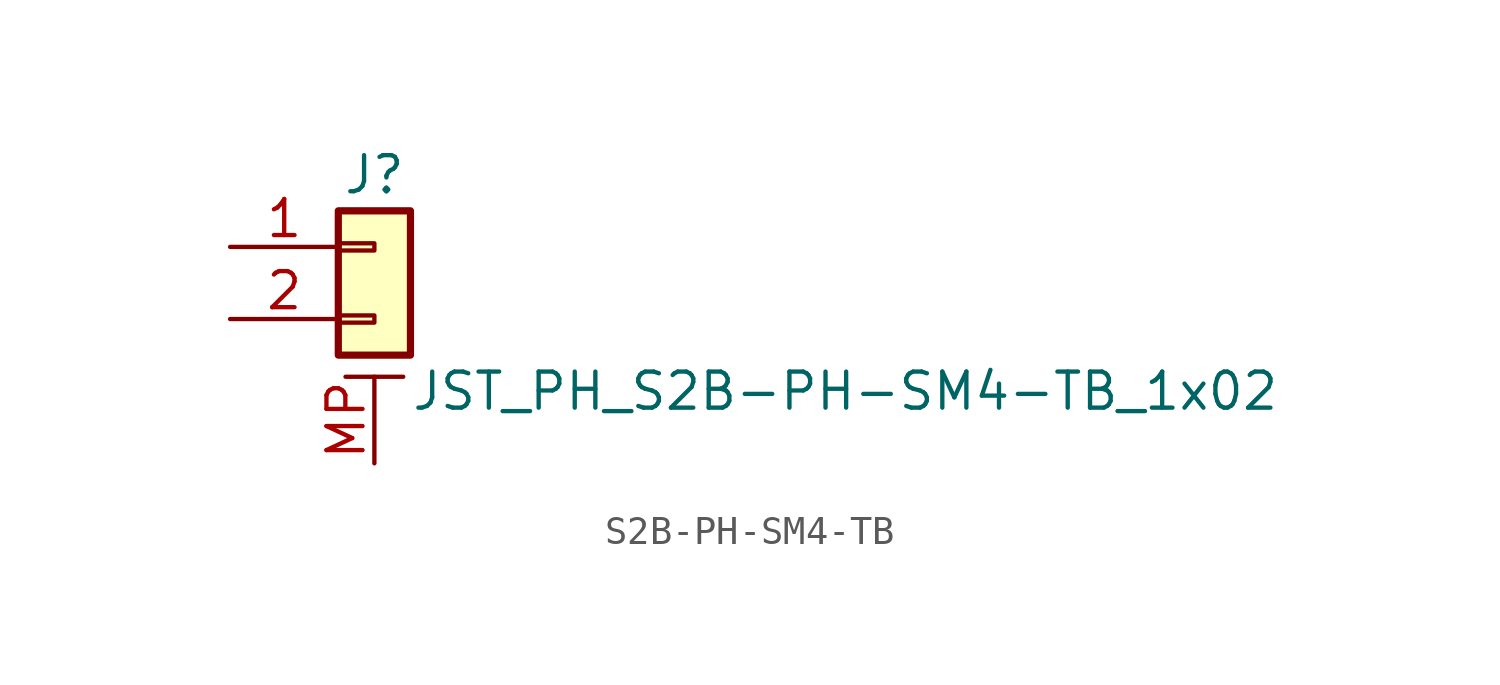
<source format=kicad_sym>
(kicad_symbol_lib
  (version 20220914)
  (generator kicad_symbol_editor)
  (symbol "S2B-PH-SM4-TB"
    (pin_names
      (offset 1.016) hide)
    (property "Reference" "J"
      (at 0 2.54 0)
      (effects (font (size 1.27 1.27))))
    (property "Value" "JST_PH_S2B-PH-SM4-TB_1x02"
      (at 1.27 -5.08 0)
      (effects (font (size 1.27 1.27)) (justify left)))
    (symbol "S2B-PH-SM4-TB_1_1"
      (rectangle (start -1.27 -2.413) (end 0 -2.667) (stroke (width 0.152) (type default)) (fill (type none)))
      (rectangle (start -1.27 0.127) (end 0 -0.127) (stroke (width 0.152) (type default)) (fill (type none)))
      (rectangle (start -1.27 1.27) (end 1.27 -3.81) (stroke (width 0.254) (type default)) (fill (type background)))
      (polyline (pts (xy -1.016 -4.572) (xy 1.016 -4.572)) (stroke (width 0.152) (type default)) (fill (type none)))
      (pin passive line (at -5.08 0 0) (length 3.81) (name "Pin_1" (effects (font (size 1.27 1.27)))) (number "1" (effects (font (size 1.27 1.27)))))
      (pin passive line (at -5.08 -2.54 0) (length 3.81) (name "Pin_2" (effects (font (size 1.27 1.27)))) (number "2" (effects (font (size 1.27 1.27)))))
      (pin passive line (at 0 -7.62 90) (length 3.048) (name "MountPin" (effects (font (size 1.27 1.27)))) (number "MP" (effects (font (size 1.27 1.27))))))))
</source>
